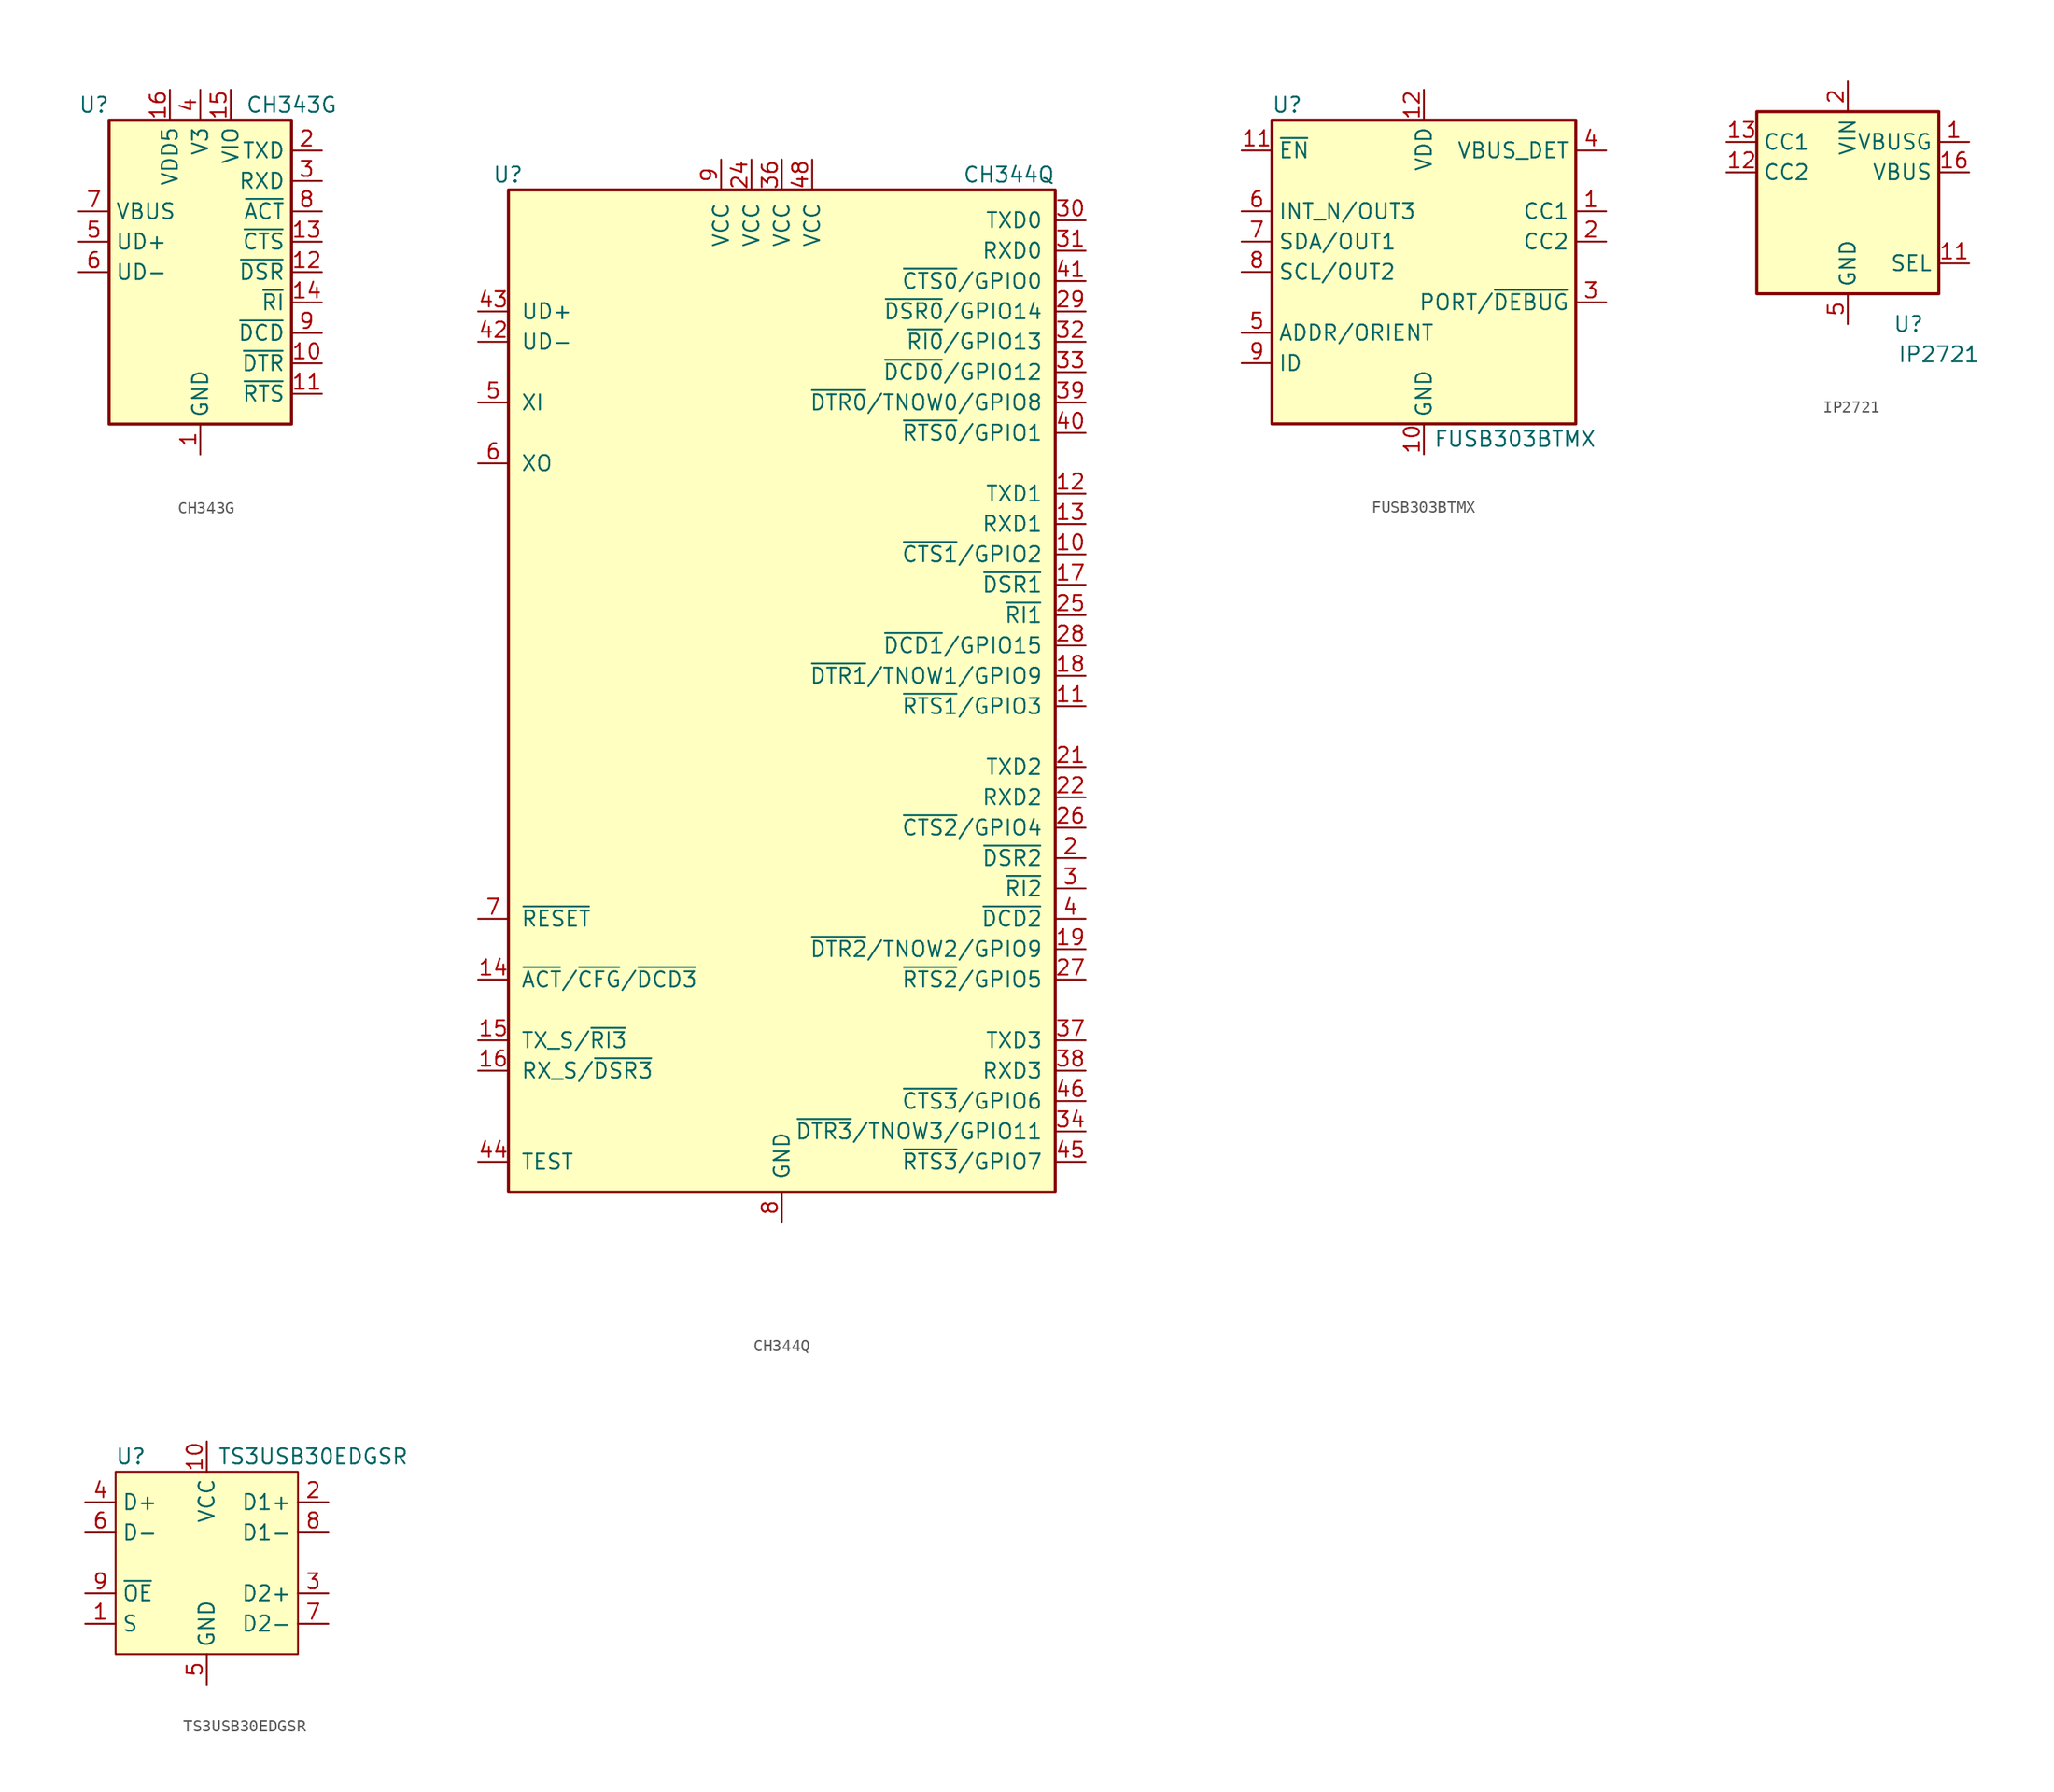
<source format=kicad_sym>
(kicad_symbol_lib
  (version 20231120)
  (generator "kicad_symbol_editor")
  (generator_version "8.0")
  (symbol "CH343G"
    (property "Reference" "U"
      (at -8.89 13.97 0)
      (effects (font (size 1.27 1.27))))
    (property "Value" "CH343G"
      (at 7.62 13.97 0)
      (effects (font (size 1.27 1.27))))
    (symbol "CH343G_0_1"
      (rectangle (start -7.62 12.7) (end 7.62 -12.7) (stroke (width 0.254) (type default)) (fill (type background))))
    (symbol "CH343G_1_1"
      (pin power_in line (at 0 -15.24 90) (length 2.54) (name "GND" (effects (font (size 1.27 1.27)))) (number "1" (effects (font (size 1.27 1.27)))))
      (pin output line (at 10.16 -7.62 180) (length 2.54) (name "~{DTR}" (effects (font (size 1.27 1.27)))) (number "10" (effects (font (size 1.27 1.27)))))
      (pin output line (at 10.16 -10.16 180) (length 2.54) (name "~{RTS}" (effects (font (size 1.27 1.27)))) (number "11" (effects (font (size 1.27 1.27)))))
      (pin input line (at 10.16 0 180) (length 2.54) (name "~{DSR}" (effects (font (size 1.27 1.27)))) (number "12" (effects (font (size 1.27 1.27)))))
      (pin input line (at 10.16 2.54 180) (length 2.54) (name "~{CTS}" (effects (font (size 1.27 1.27)))) (number "13" (effects (font (size 1.27 1.27)))))
      (pin input line (at 10.16 -2.54 180) (length 2.54) (name "~{RI}" (effects (font (size 1.27 1.27)))) (number "14" (effects (font (size 1.27 1.27)))))
      (pin power_in line (at 2.54 15.24 270) (length 2.54) (name "VIO" (effects (font (size 1.27 1.27)))) (number "15" (effects (font (size 1.27 1.27)))))
      (pin power_in line (at -2.54 15.24 270) (length 2.54) (name "VDD5" (effects (font (size 1.27 1.27)))) (number "16" (effects (font (size 1.27 1.27)))))
      (pin output line (at 10.16 10.16 180) (length 2.54) (name "TXD" (effects (font (size 1.27 1.27)))) (number "2" (effects (font (size 1.27 1.27)))))
      (pin input line (at 10.16 7.62 180) (length 2.54) (name "RXD" (effects (font (size 1.27 1.27)))) (number "3" (effects (font (size 1.27 1.27)))))
      (pin power_out line (at 0 15.24 270) (length 2.54) (name "V3" (effects (font (size 1.27 1.27)))) (number "4" (effects (font (size 1.27 1.27)))))
      (pin bidirectional line (at -10.16 2.54 0) (length 2.54) (name "UD+" (effects (font (size 1.27 1.27)))) (number "5" (effects (font (size 1.27 1.27)))))
      (pin bidirectional line (at -10.16 0 0) (length 2.54) (name "UD-" (effects (font (size 1.27 1.27)))) (number "6" (effects (font (size 1.27 1.27)))))
      (pin passive line (at -10.16 5.08 0) (length 2.54) (name "VBUS" (effects (font (size 1.27 1.27)))) (number "7" (effects (font (size 1.27 1.27)))))
      (pin output line (at 10.16 5.08 180) (length 2.54) (name "~{ACT}" (effects (font (size 1.27 1.27)))) (number "8" (effects (font (size 1.27 1.27)))))
      (pin input line (at 10.16 -5.08 180) (length 2.54) (name "~{DCD}" (effects (font (size 1.27 1.27)))) (number "9" (effects (font (size 1.27 1.27)))))))
  (symbol "CH344Q"
    (pin_names
      (offset 1.016))
    (property "Reference" "U"
      (at -21.59 44.45 0)
      (effects (font (size 1.27 1.27)) (justify right)))
    (property "Value" "CH344Q"
      (at 22.86 44.45 0)
      (effects (font (size 1.27 1.27)) (justify right)))
    (symbol "CH344Q_0_1"
      (rectangle (start -22.86 43.18) (end 22.86 -40.64) (stroke (width 0.254) (type default)) (fill (type background))))
    (symbol "CH344Q_1_0"
      (pin bidirectional line (at 25.4 -20.32 180) (length 2.54) (name "~{DTR2}/TNOW2/GPIO9" (effects (font (size 1.27 1.27)))) (number "19" (effects (font (size 1.27 1.27)))))
      (pin passive line (at 0 -43.18 90) (length 2.54) hide (name "GND" (effects (font (size 1.27 1.27)))) (number "20" (effects (font (size 1.27 1.27))))))
    (symbol "CH344Q_1_1"
      (pin no_connect line (at -22.86 38.1 0) (length 2.54) hide (name "NC" (effects (font (size 1.27 1.27)))) (number "1" (effects (font (size 1.27 1.27)))))
      (pin bidirectional line (at 25.4 12.7 180) (length 2.54) (name "~{CTS1}/GPIO2" (effects (font (size 1.27 1.27)))) (number "10" (effects (font (size 1.27 1.27)))))
      (pin bidirectional line (at 25.4 0 180) (length 2.54) (name "~{RTS1}/GPIO3" (effects (font (size 1.27 1.27)))) (number "11" (effects (font (size 1.27 1.27)))))
      (pin output line (at 25.4 17.78 180) (length 2.54) (name "TXD1" (effects (font (size 1.27 1.27)))) (number "12" (effects (font (size 1.27 1.27)))))
      (pin input line (at 25.4 15.24 180) (length 2.54) (name "RXD1" (effects (font (size 1.27 1.27)))) (number "13" (effects (font (size 1.27 1.27)))))
      (pin bidirectional line (at -25.4 -22.86 0) (length 2.54) (name "~{ACT}/~{CFG}/~{DCD3}" (effects (font (size 1.27 1.27)))) (number "14" (effects (font (size 1.27 1.27)))))
      (pin bidirectional line (at -25.4 -27.94 0) (length 2.54) (name "TX_S/~{RI3}" (effects (font (size 1.27 1.27)))) (number "15" (effects (font (size 1.27 1.27)))))
      (pin bidirectional line (at -25.4 -30.48 0) (length 2.54) (name "RX_S/~{DSR3}" (effects (font (size 1.27 1.27)))) (number "16" (effects (font (size 1.27 1.27)))))
      (pin input line (at 25.4 10.16 180) (length 2.54) (name "~{DSR1}" (effects (font (size 1.27 1.27)))) (number "17" (effects (font (size 1.27 1.27)))))
      (pin bidirectional line (at 25.4 2.54 180) (length 2.54) (name "~{DTR1}/TNOW1/GPIO9" (effects (font (size 1.27 1.27)))) (number "18" (effects (font (size 1.27 1.27)))))
      (pin input line (at 25.4 -12.7 180) (length 2.54) (name "~{DSR2}" (effects (font (size 1.27 1.27)))) (number "2" (effects (font (size 1.27 1.27)))))
      (pin output line (at 25.4 -5.08 180) (length 2.54) (name "TXD2" (effects (font (size 1.27 1.27)))) (number "21" (effects (font (size 1.27 1.27)))))
      (pin input line (at 25.4 -7.62 180) (length 2.54) (name "RXD2" (effects (font (size 1.27 1.27)))) (number "22" (effects (font (size 1.27 1.27)))))
      (pin passive line (at 0 -43.18 90) (length 2.54) hide (name "GND" (effects (font (size 1.27 1.27)))) (number "23" (effects (font (size 1.27 1.27)))))
      (pin power_in line (at -2.54 45.72 270) (length 2.54) (name "VCC" (effects (font (size 1.27 1.27)))) (number "24" (effects (font (size 1.27 1.27)))))
      (pin input line (at 25.4 7.62 180) (length 2.54) (name "~{RI1}" (effects (font (size 1.27 1.27)))) (number "25" (effects (font (size 1.27 1.27)))))
      (pin bidirectional line (at 25.4 -10.16 180) (length 2.54) (name "~{CTS2}/GPIO4" (effects (font (size 1.27 1.27)))) (number "26" (effects (font (size 1.27 1.27)))))
      (pin bidirectional line (at 25.4 -22.86 180) (length 2.54) (name "~{RTS2}/GPIO5" (effects (font (size 1.27 1.27)))) (number "27" (effects (font (size 1.27 1.27)))))
      (pin bidirectional line (at 25.4 5.08 180) (length 2.54) (name "~{DCD1}/GPIO15" (effects (font (size 1.27 1.27)))) (number "28" (effects (font (size 1.27 1.27)))))
      (pin input line (at 25.4 33.02 180) (length 2.54) (name "~{DSR0}/GPIO14" (effects (font (size 1.27 1.27)))) (number "29" (effects (font (size 1.27 1.27)))))
      (pin input line (at 25.4 -15.24 180) (length 2.54) (name "~{RI2}" (effects (font (size 1.27 1.27)))) (number "3" (effects (font (size 1.27 1.27)))))
      (pin output line (at 25.4 40.64 180) (length 2.54) (name "TXD0" (effects (font (size 1.27 1.27)))) (number "30" (effects (font (size 1.27 1.27)))))
      (pin input line (at 25.4 38.1 180) (length 2.54) (name "RXD0" (effects (font (size 1.27 1.27)))) (number "31" (effects (font (size 1.27 1.27)))))
      (pin bidirectional line (at 25.4 30.48 180) (length 2.54) (name "~{RI0}/GPIO13" (effects (font (size 1.27 1.27)))) (number "32" (effects (font (size 1.27 1.27)))))
      (pin bidirectional line (at 25.4 27.94 180) (length 2.54) (name "~{DCD0}/GPIO12" (effects (font (size 1.27 1.27)))) (number "33" (effects (font (size 1.27 1.27)))))
      (pin bidirectional line (at 25.4 -35.56 180) (length 2.54) (name "~{DTR3}/TNOW3/GPIO11" (effects (font (size 1.27 1.27)))) (number "34" (effects (font (size 1.27 1.27)))))
      (pin passive line (at 0 -43.18 90) (length 2.54) hide (name "GND" (effects (font (size 1.27 1.27)))) (number "35" (effects (font (size 1.27 1.27)))))
      (pin power_in line (at 0 45.72 270) (length 2.54) (name "VCC" (effects (font (size 1.27 1.27)))) (number "36" (effects (font (size 1.27 1.27)))))
      (pin output line (at 25.4 -27.94 180) (length 2.54) (name "TXD3" (effects (font (size 1.27 1.27)))) (number "37" (effects (font (size 1.27 1.27)))))
      (pin input line (at 25.4 -30.48 180) (length 2.54) (name "RXD3" (effects (font (size 1.27 1.27)))) (number "38" (effects (font (size 1.27 1.27)))))
      (pin bidirectional line (at 25.4 25.4 180) (length 2.54) (name "~{DTR0}/TNOW0/GPIO8" (effects (font (size 1.27 1.27)))) (number "39" (effects (font (size 1.27 1.27)))))
      (pin input line (at 25.4 -17.78 180) (length 2.54) (name "~{DCD2}" (effects (font (size 1.27 1.27)))) (number "4" (effects (font (size 1.27 1.27)))))
      (pin bidirectional line (at 25.4 22.86 180) (length 2.54) (name "~{RTS0}/GPIO1" (effects (font (size 1.27 1.27)))) (number "40" (effects (font (size 1.27 1.27)))))
      (pin bidirectional line (at 25.4 35.56 180) (length 2.54) (name "~{CTS0}/GPIO0" (effects (font (size 1.27 1.27)))) (number "41" (effects (font (size 1.27 1.27)))))
      (pin bidirectional line (at -25.4 30.48 0) (length 2.54) (name "UD-" (effects (font (size 1.27 1.27)))) (number "42" (effects (font (size 1.27 1.27)))))
      (pin bidirectional line (at -25.4 33.02 0) (length 2.54) (name "UD+" (effects (font (size 1.27 1.27)))) (number "43" (effects (font (size 1.27 1.27)))))
      (pin input line (at -25.4 -38.1 0) (length 2.54) (name "TEST" (effects (font (size 1.27 1.27)))) (number "44" (effects (font (size 1.27 1.27)))))
      (pin bidirectional line (at 25.4 -38.1 180) (length 2.54) (name "~{RTS3}/GPIO7" (effects (font (size 1.27 1.27)))) (number "45" (effects (font (size 1.27 1.27)))))
      (pin bidirectional line (at 25.4 -33.02 180) (length 2.54) (name "~{CTS3}/GPIO6" (effects (font (size 1.27 1.27)))) (number "46" (effects (font (size 1.27 1.27)))))
      (pin passive line (at 0 -43.18 90) (length 2.54) hide (name "GND" (effects (font (size 1.27 1.27)))) (number "47" (effects (font (size 1.27 1.27)))))
      (pin power_in line (at 2.54 45.72 270) (length 2.54) (name "VCC" (effects (font (size 1.27 1.27)))) (number "48" (effects (font (size 1.27 1.27)))))
      (pin input line (at -25.4 25.4 0) (length 2.54) (name "XI" (effects (font (size 1.27 1.27)))) (number "5" (effects (font (size 1.27 1.27)))))
      (pin output line (at -25.4 20.32 0) (length 2.54) (name "XO" (effects (font (size 1.27 1.27)))) (number "6" (effects (font (size 1.27 1.27)))))
      (pin input line (at -25.4 -17.78 0) (length 2.54) (name "~{RESET}" (effects (font (size 1.27 1.27)))) (number "7" (effects (font (size 1.27 1.27)))))
      (pin power_in line (at 0 -43.18 90) (length 2.54) (name "GND" (effects (font (size 1.27 1.27)))) (number "8" (effects (font (size 1.27 1.27)))))
      (pin power_in line (at -5.08 45.72 270) (length 2.54) (name "VCC" (effects (font (size 1.27 1.27)))) (number "9" (effects (font (size 1.27 1.27)))))))
  (symbol "FUSB303BTMX"
    (property "Reference" "U"
      (at -11.43 13.97 0)
      (effects (font (size 1.27 1.27))))
    (property "Value" "FUSB303BTMX"
      (at 7.62 -13.97 0)
      (effects (font (size 1.27 1.27))))
    (symbol "FUSB303BTMX_0_1"
      (rectangle (start -12.7 12.7) (end 12.7 -12.7) (stroke (width 0.254) (type default)) (fill (type background))))
    (symbol "FUSB303BTMX_1_1"
      (pin bidirectional line (at 15.24 5.08 180) (length 2.54) (name "CC1" (effects (font (size 1.27 1.27)))) (number "1" (effects (font (size 1.27 1.27)))))
      (pin power_in line (at 0 -15.24 90) (length 2.54) (name "GND" (effects (font (size 1.27 1.27)))) (number "10" (effects (font (size 1.27 1.27)))))
      (pin input line (at -15.24 10.16 0) (length 2.54) (name "~{EN}" (effects (font (size 1.27 1.27)))) (number "11" (effects (font (size 1.27 1.27)))))
      (pin power_in line (at 0 15.24 270) (length 2.54) (name "VDD" (effects (font (size 1.27 1.27)))) (number "12" (effects (font (size 1.27 1.27)))))
      (pin bidirectional line (at 15.24 2.54 180) (length 2.54) (name "CC2" (effects (font (size 1.27 1.27)))) (number "2" (effects (font (size 1.27 1.27)))))
      (pin bidirectional line (at 15.24 -2.54 180) (length 2.54) (name "PORT/~{DEBUG}" (effects (font (size 1.27 1.27)))) (number "3" (effects (font (size 1.27 1.27)))))
      (pin input line (at 15.24 10.16 180) (length 2.54) (name "VBUS_DET" (effects (font (size 1.27 1.27)))) (number "4" (effects (font (size 1.27 1.27)))))
      (pin bidirectional line (at -15.24 -5.08 0) (length 2.54) (name "ADDR/ORIENT" (effects (font (size 1.27 1.27)))) (number "5" (effects (font (size 1.27 1.27)))))
      (pin open_collector line (at -15.24 5.08 0) (length 2.54) (name "INT_N/OUT3" (effects (font (size 1.27 1.27)))) (number "6" (effects (font (size 1.27 1.27)))))
      (pin bidirectional line (at -15.24 2.54 0) (length 2.54) (name "SDA/OUT1" (effects (font (size 1.27 1.27)))) (number "7" (effects (font (size 1.27 1.27)))))
      (pin bidirectional line (at -15.24 0 0) (length 2.54) (name "SCL/OUT2" (effects (font (size 1.27 1.27)))) (number "8" (effects (font (size 1.27 1.27)))))
      (pin open_collector line (at -15.24 -7.62 0) (length 2.54) (name "ID" (effects (font (size 1.27 1.27)))) (number "9" (effects (font (size 1.27 1.27)))))))
  (symbol "IP2721"
    (property "Reference" "U"
      (at 5.08 -10.16 0)
      (effects (font (size 1.27 1.27))))
    (property "Value" "IP2721"
      (at 7.62 -12.7 0)
      (effects (font (size 1.27 1.27))))
    (symbol "IP2721_0_1"
      (rectangle (start -7.62 7.62) (end 7.62 -7.62) (stroke (width 0.254) (type default)) (fill (type background))))
    (symbol "IP2721_1_1"
      (pin output line (at 10.16 5.08 180) (length 2.54) (name "VBUSG" (effects (font (size 1.27 1.27)))) (number "1" (effects (font (size 1.27 1.27)))))
      (pin no_connect line (at -2.54 -7.62 90) (length 2.54) hide (name "NC" (effects (font (size 1.27 1.27)))) (number "10" (effects (font (size 1.27 1.27)))))
      (pin input line (at 10.16 -5.08 180) (length 2.54) (name "SEL" (effects (font (size 1.27 1.27)))) (number "11" (effects (font (size 1.27 1.27)))))
      (pin bidirectional line (at -10.16 2.54 0) (length 2.54) (name "CC2" (effects (font (size 1.27 1.27)))) (number "12" (effects (font (size 1.27 1.27)))))
      (pin bidirectional line (at -10.16 5.08 0) (length 2.54) (name "CC1" (effects (font (size 1.27 1.27)))) (number "13" (effects (font (size 1.27 1.27)))))
      (pin no_connect line (at 2.54 -7.62 90) (length 2.54) hide (name "NC" (effects (font (size 1.27 1.27)))) (number "14" (effects (font (size 1.27 1.27)))))
      (pin no_connect line (at 5.08 -7.62 90) (length 2.54) hide (name "NC" (effects (font (size 1.27 1.27)))) (number "15" (effects (font (size 1.27 1.27)))))
      (pin input line (at 10.16 2.54 180) (length 2.54) (name "VBUS" (effects (font (size 1.27 1.27)))) (number "16" (effects (font (size 1.27 1.27)))))
      (pin power_in line (at 0 10.16 270) (length 2.54) (name "VIN" (effects (font (size 1.27 1.27)))) (number "2" (effects (font (size 1.27 1.27)))))
      (pin no_connect line (at -5.08 7.62 270) (length 2.54) hide (name "NC" (effects (font (size 1.27 1.27)))) (number "3" (effects (font (size 1.27 1.27)))))
      (pin no_connect line (at -7.62 -2.54 0) (length 2.54) hide (name "NC" (effects (font (size 1.27 1.27)))) (number "4" (effects (font (size 1.27 1.27)))))
      (pin power_in line (at 0 -10.16 90) (length 2.54) (name "GND" (effects (font (size 1.27 1.27)))) (number "5" (effects (font (size 1.27 1.27)))))
      (pin no_connect line (at -2.54 7.62 270) (length 2.54) hide (name "NC" (effects (font (size 1.27 1.27)))) (number "6" (effects (font (size 1.27 1.27)))))
      (pin no_connect line (at 2.54 7.62 270) (length 2.54) hide (name "NC" (effects (font (size 1.27 1.27)))) (number "7" (effects (font (size 1.27 1.27)))))
      (pin no_connect line (at 5.08 7.62 270) (length 2.54) hide (name "NC" (effects (font (size 1.27 1.27)))) (number "8" (effects (font (size 1.27 1.27)))))
      (pin no_connect line (at -5.08 -7.62 90) (length 2.54) hide (name "NC" (effects (font (size 1.27 1.27)))) (number "9" (effects (font (size 1.27 1.27)))))))
  (symbol "TS3USB30EDGSR"
    (property "Reference" "U"
      (at -6.35 8.89 0)
      (effects (font (size 1.27 1.27))))
    (property "Value" "TS3USB30EDGSR"
      (at 8.89 8.89 0)
      (effects (font (size 1.27 1.27))))
    (symbol "TS3USB30EDGSR_1_1"
      (rectangle (start -7.62 7.62) (end 7.62 -7.62) (stroke (width 0) (type default)) (fill (type background)))
      (pin input line (at -10.16 -5.08 0) (length 2.54) (name "S" (effects (font (size 1.27 1.27)))) (number "1" (effects (font (size 1.27 1.27)))))
      (pin power_in line (at 0 10.16 270) (length 2.54) (name "VCC" (effects (font (size 1.27 1.27)))) (number "10" (effects (font (size 1.27 1.27)))))
      (pin bidirectional line (at 10.16 5.08 180) (length 2.54) (name "D1+" (effects (font (size 1.27 1.27)))) (number "2" (effects (font (size 1.27 1.27)))))
      (pin bidirectional line (at 10.16 -2.54 180) (length 2.54) (name "D2+" (effects (font (size 1.27 1.27)))) (number "3" (effects (font (size 1.27 1.27)))))
      (pin bidirectional line (at -10.16 5.08 0) (length 2.54) (name "D+" (effects (font (size 1.27 1.27)))) (number "4" (effects (font (size 1.27 1.27)))))
      (pin power_in line (at 0 -10.16 90) (length 2.54) (name "GND" (effects (font (size 1.27 1.27)))) (number "5" (effects (font (size 1.27 1.27)))))
      (pin bidirectional line (at -10.16 2.54 0) (length 2.54) (name "D-" (effects (font (size 1.27 1.27)))) (number "6" (effects (font (size 1.27 1.27)))))
      (pin bidirectional line (at 10.16 -5.08 180) (length 2.54) (name "D2-" (effects (font (size 1.27 1.27)))) (number "7" (effects (font (size 1.27 1.27)))))
      (pin bidirectional line (at 10.16 2.54 180) (length 2.54) (name "D1-" (effects (font (size 1.27 1.27)))) (number "8" (effects (font (size 1.27 1.27)))))
      (pin input line (at -10.16 -2.54 0) (length 2.54) (name "~{OE}" (effects (font (size 1.27 1.27)))) (number "9" (effects (font (size 1.27 1.27))))))))
</source>
